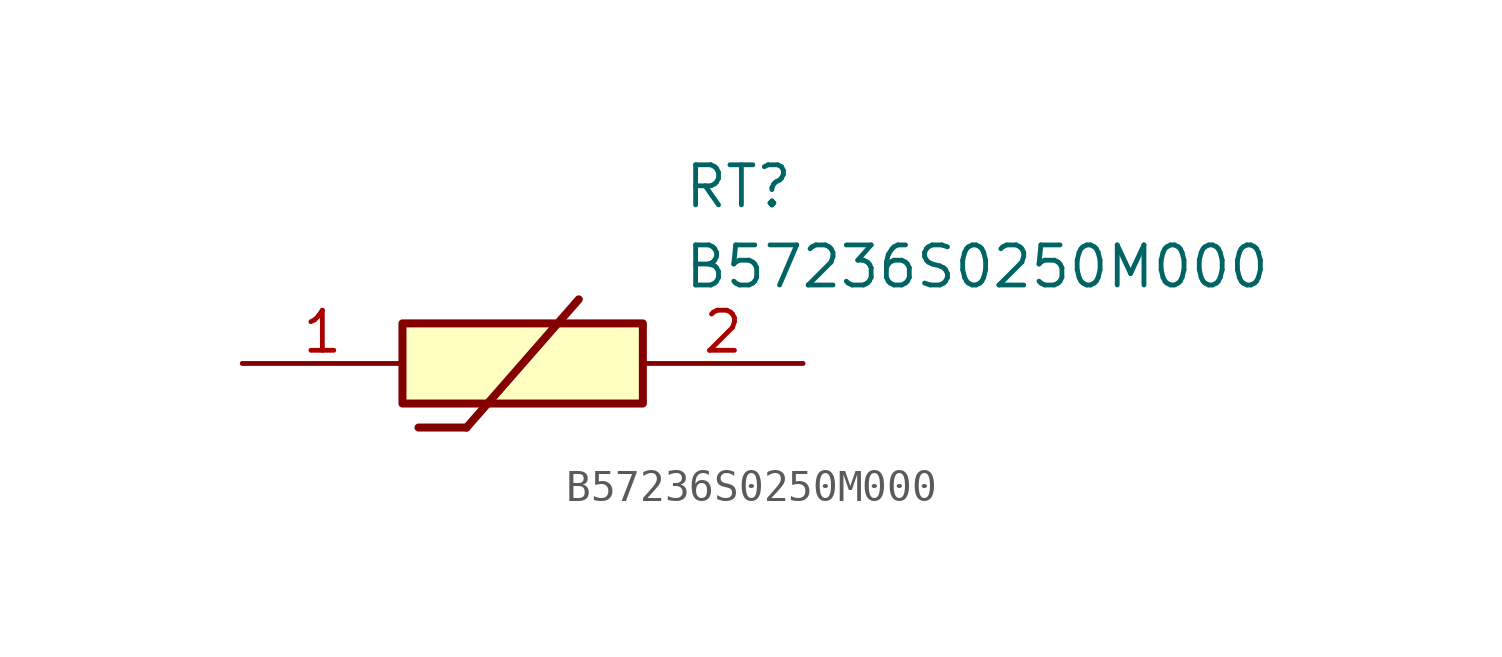
<source format=kicad_sym>
(kicad_symbol_lib
  (version 20211014)
  (generator SamacSys_ECAD_Model)
  (symbol "B57236S0250M000"
    (pin_names hide)
    (property "Reference" "RT"
      (at 13.97 6.35 0)
      (effects (font (size 1.27 1.27)) (justify left top)))
    (property "Value" "B57236S0250M000"
      (at 13.97 3.81 0)
      (effects (font (size 1.27 1.27)) (justify left top)))
    (rectangle
      (start 5.08 1.27)
      (end 12.7 -1.27)
      (stroke (width 0.254) (type default))
      (fill (type background)))
    (polyline
      (pts (xy 5.588 -2.032) (xy 7.112 -2.032))
      (stroke (width 0.254) (type default))
      (fill (type none)))
    (polyline
      (pts (xy 10.668 2.032) (xy 7.112 -2.032))
      (stroke (width 0.254) (type default))
      (fill (type none)))
    (pin passive line
      (at 0 0 0)
      (length 5.08)
      (name "1" (effects (font (size 1.27 1.27))))
      (number "1" (effects (font (size 1.27 1.27)))))
    (pin passive line
      (at 17.78 0 180)
      (length 5.08)
      (name "2" (effects (font (size 1.27 1.27))))
      (number "2" (effects (font (size 1.27 1.27)))))))
</source>
